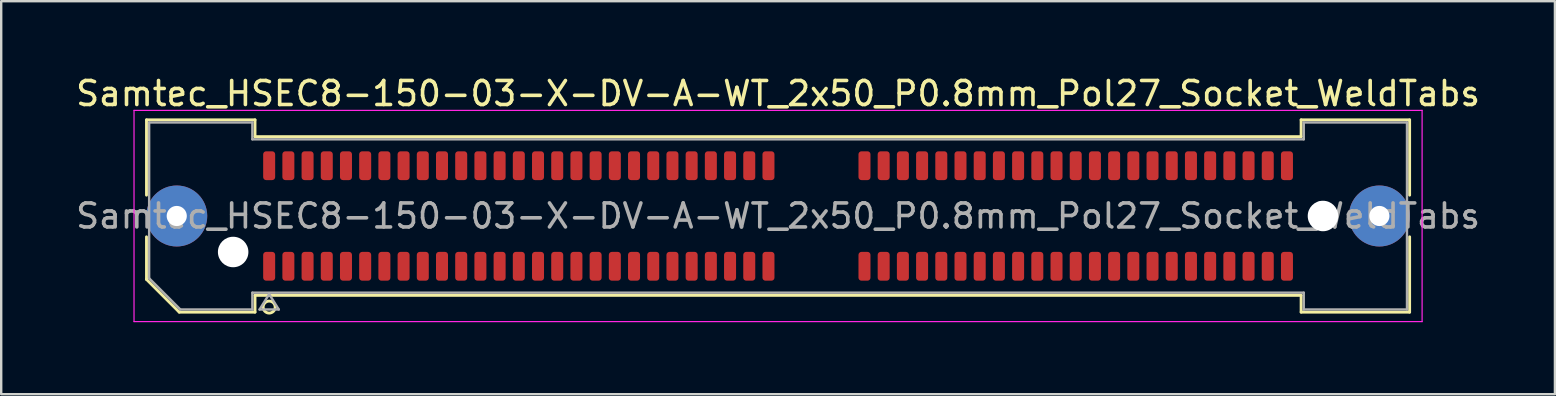
<source format=kicad_pcb>
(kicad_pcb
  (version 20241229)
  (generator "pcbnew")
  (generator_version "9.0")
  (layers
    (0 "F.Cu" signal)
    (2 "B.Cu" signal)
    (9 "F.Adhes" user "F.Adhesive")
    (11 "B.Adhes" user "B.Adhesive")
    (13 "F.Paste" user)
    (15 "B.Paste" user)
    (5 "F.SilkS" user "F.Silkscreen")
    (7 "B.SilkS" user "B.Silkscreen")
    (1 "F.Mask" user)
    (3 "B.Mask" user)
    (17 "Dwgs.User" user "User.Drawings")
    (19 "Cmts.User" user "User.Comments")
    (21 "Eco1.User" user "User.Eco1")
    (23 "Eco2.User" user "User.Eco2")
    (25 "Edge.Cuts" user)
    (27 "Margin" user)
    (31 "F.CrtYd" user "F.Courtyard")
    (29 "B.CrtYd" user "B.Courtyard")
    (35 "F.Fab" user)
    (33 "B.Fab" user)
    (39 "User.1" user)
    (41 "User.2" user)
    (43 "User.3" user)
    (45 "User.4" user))
  (footprint "Samtec_HSEC8-150-03-X-DV-A-WT_2x50_P0.8mm_Pol27_Socket_WeldTabs"
    (layer "F.Cu")
    (at 29.363 5.948)
    (property "Reference" "Samtec_HSEC8-150-03-X-DV-A-WT_2x50_P0.8mm_Pol27_Socket_WeldTabs" (at 0 -5.1 0) (layer "F.SilkS") (effects (font (size 1 1) (thickness 0.15))))
    (attr smd)
    (fp_line (start -26.31 -4.005) (end -21.79 -4.005) (stroke (width 0.12) (type solid)) (layer "F.SilkS"))
    (fp_line (start -26.31 -0.868) (end -26.31 -4.005) (stroke (width 0.12) (type solid)) (layer "F.SilkS"))
    (fp_line (start -26.31 2.641) (end -26.31 0.868) (stroke (width 0.12) (type solid)) (layer "F.SilkS"))
    (fp_line (start -24.946 4.005) (end -26.31 2.641) (stroke (width 0.12) (type solid)) (layer "F.SilkS"))
    (fp_line (start -21.79 -4.005) (end -21.79 -3.305) (stroke (width 0.12) (type solid)) (layer "F.SilkS"))
    (fp_line (start -21.79 -3.305) (end 21.79 -3.305) (stroke (width 0.12) (type solid)) (layer "F.SilkS"))
    (fp_line (start -21.79 3.305) (end -21.79 4.005) (stroke (width 0.12) (type solid)) (layer "F.SilkS"))
    (fp_line (start -21.79 4.005) (end -24.946 4.005) (stroke (width 0.12) (type solid)) (layer "F.SilkS"))
    (fp_line (start 21.79 -4.005) (end 26.31 -4.005) (stroke (width 0.12) (type solid)) (layer "F.SilkS"))
    (fp_line (start 21.79 -3.305) (end 21.79 -4.005) (stroke (width 0.12) (type solid)) (layer "F.SilkS"))
    (fp_line (start 21.79 3.305) (end -21.79 3.305) (stroke (width 0.12) (type solid)) (layer "F.SilkS"))
    (fp_line (start 21.79 4.005) (end 21.79 3.305) (stroke (width 0.12) (type solid)) (layer "F.SilkS"))
    (fp_line (start 26.31 -4.005) (end 26.31 -0.868) (stroke (width 0.12) (type solid)) (layer "F.SilkS"))
    (fp_line (start 26.31 0.868) (end 26.31 4.005) (stroke (width 0.12) (type solid)) (layer "F.SilkS"))
    (fp_line (start 26.31 4.005) (end 21.79 4.005) (stroke (width 0.12) (type solid)) (layer "F.SilkS"))
    (fp_circle (center -21.2 3.795) (end -20.95 3.795) (stroke (width 0.12) (type solid)) (fill no) (layer "F.SilkS"))
    (fp_line (start -26.83 -4.4) (end -26.83 4.4) (stroke (width 0.05) (type solid)) (layer "F.CrtYd"))
    (fp_line (start -26.83 4.4) (end 26.83 4.4) (stroke (width 0.05) (type solid)) (layer "F.CrtYd"))
    (fp_line (start 26.83 -4.4) (end -26.83 -4.4) (stroke (width 0.05) (type solid)) (layer "F.CrtYd"))
    (fp_line (start 26.83 4.4) (end 26.83 -4.4) (stroke (width 0.05) (type solid)) (layer "F.CrtYd"))
    (fp_line (start -26.2 -3.895) (end -21.9 -3.895) (stroke (width 0.1) (type solid)) (layer "F.Fab"))
    (fp_line (start -26.2 2.595) (end -26.2 -3.895) (stroke (width 0.1) (type solid)) (layer "F.Fab"))
    (fp_line (start -24.9 3.895) (end -26.2 2.595) (stroke (width 0.1) (type solid)) (layer "F.Fab"))
    (fp_line (start -21.9 -3.895) (end -21.9 -3.195) (stroke (width 0.1) (type solid)) (layer "F.Fab"))
    (fp_line (start -21.9 -3.195) (end 21.9 -3.195) (stroke (width 0.1) (type solid)) (layer "F.Fab"))
    (fp_line (start -21.9 3.195) (end -21.9 3.895) (stroke (width 0.1) (type solid)) (layer "F.Fab"))
    (fp_line (start -21.9 3.895) (end -24.9 3.895) (stroke (width 0.1) (type solid)) (layer "F.Fab"))
    (fp_line (start -21.6 3.895) (end -21.2 3.255) (stroke (width 0.1) (type solid)) (layer "F.Fab"))
    (fp_line (start -21.2 3.255) (end -20.8 3.895) (stroke (width 0.1) (type solid)) (layer "F.Fab"))
    (fp_line (start -20.8 3.895) (end -21.6 3.895) (stroke (width 0.1) (type solid)) (layer "F.Fab"))
    (fp_line (start 21.9 -3.895) (end 26.2 -3.895) (stroke (width 0.1) (type solid)) (layer "F.Fab"))
    (fp_line (start 21.9 -3.195) (end 21.9 -3.895) (stroke (width 0.1) (type solid)) (layer "F.Fab"))
    (fp_line (start 21.9 3.195) (end -21.9 3.195) (stroke (width 0.1) (type solid)) (layer "F.Fab"))
    (fp_line (start 21.9 3.895) (end 21.9 3.195) (stroke (width 0.1) (type solid)) (layer "F.Fab"))
    (fp_line (start 26.2 -3.895) (end 26.2 3.895) (stroke (width 0.1) (type solid)) (layer "F.Fab"))
    (fp_line (start 26.2 3.895) (end 21.9 3.895) (stroke (width 0.1) (type solid)) (layer "F.Fab"))
    (fp_text user "${REFERENCE}" (at 0 0 0) (layer "F.Fab") (effects (font (size 1 1) (thickness 0.15))))
    (pad "" thru_hole circle (at -25.05 0) (size 2.54 2.54) (drill 0.84) (layers "*.Cu" "*.Mask" "F.Paste"))
    (pad "" np_thru_hole circle (at -22.7 1.5) (size 1.27 1.27) (drill 1.27) (layers "*.Cu" "*.Mask"))
    (pad "" np_thru_hole circle (at 22.7 0) (size 1.27 1.27) (drill 1.27) (layers "*.Cu" "*.Mask"))
    (pad "" thru_hole circle (at 25.05 0) (size 2.54 2.54) (drill 0.84) (layers "*.Cu" "*.Mask" "F.Paste"))
    (pad "1" smd roundrect (at -21.2 2.095) (size 0.5 1.2) (layers "F.Cu" "F.Mask" "F.Paste") (roundrect_rratio 0.25))
    (pad "2" smd roundrect (at -21.2 -2.095) (size 0.5 1.2) (layers "F.Cu" "F.Mask" "F.Paste") (roundrect_rratio 0.25))
    (pad "3" smd roundrect (at -20.4 2.095) (size 0.5 1.2) (layers "F.Cu" "F.Mask" "F.Paste") (roundrect_rratio 0.25))
    (pad "4" smd roundrect (at -20.4 -2.095) (size 0.5 1.2) (layers "F.Cu" "F.Mask" "F.Paste") (roundrect_rratio 0.25))
    (pad "5" smd roundrect (at -19.6 2.095) (size 0.5 1.2) (layers "F.Cu" "F.Mask" "F.Paste") (roundrect_rratio 0.25))
    (pad "6" smd roundrect (at -19.6 -2.095) (size 0.5 1.2) (layers "F.Cu" "F.Mask" "F.Paste") (roundrect_rratio 0.25))
    (pad "7" smd roundrect (at -18.8 2.095) (size 0.5 1.2) (layers "F.Cu" "F.Mask" "F.Paste") (roundrect_rratio 0.25))
    (pad "8" smd roundrect (at -18.8 -2.095) (size 0.5 1.2) (layers "F.Cu" "F.Mask" "F.Paste") (roundrect_rratio 0.25))
    (pad "9" smd roundrect (at -18 2.095) (size 0.5 1.2) (layers "F.Cu" "F.Mask" "F.Paste") (roundrect_rratio 0.25))
    (pad "10" smd roundrect (at -18 -2.095) (size 0.5 1.2) (layers "F.Cu" "F.Mask" "F.Paste") (roundrect_rratio 0.25))
    (pad "11" smd roundrect (at -17.2 2.095) (size 0.5 1.2) (layers "F.Cu" "F.Mask" "F.Paste") (roundrect_rratio 0.25))
    (pad "12" smd roundrect (at -17.2 -2.095) (size 0.5 1.2) (layers "F.Cu" "F.Mask" "F.Paste") (roundrect_rratio 0.25))
    (pad "13" smd roundrect (at -16.4 2.095) (size 0.5 1.2) (layers "F.Cu" "F.Mask" "F.Paste") (roundrect_rratio 0.25))
    (pad "14" smd roundrect (at -16.4 -2.095) (size 0.5 1.2) (layers "F.Cu" "F.Mask" "F.Paste") (roundrect_rratio 0.25))
    (pad "15" smd roundrect (at -15.6 2.095) (size 0.5 1.2) (layers "F.Cu" "F.Mask" "F.Paste") (roundrect_rratio 0.25))
    (pad "16" smd roundrect (at -15.6 -2.095) (size 0.5 1.2) (layers "F.Cu" "F.Mask" "F.Paste") (roundrect_rratio 0.25))
    (pad "17" smd roundrect (at -14.8 2.095) (size 0.5 1.2) (layers "F.Cu" "F.Mask" "F.Paste") (roundrect_rratio 0.25))
    (pad "18" smd roundrect (at -14.8 -2.095) (size 0.5 1.2) (layers "F.Cu" "F.Mask" "F.Paste") (roundrect_rratio 0.25))
    (pad "19" smd roundrect (at -14 2.095) (size 0.5 1.2) (layers "F.Cu" "F.Mask" "F.Paste") (roundrect_rratio 0.25))
    (pad "20" smd roundrect (at -14 -2.095) (size 0.5 1.2) (layers "F.Cu" "F.Mask" "F.Paste") (roundrect_rratio 0.25))
    (pad "21" smd roundrect (at -13.2 2.095) (size 0.5 1.2) (layers "F.Cu" "F.Mask" "F.Paste") (roundrect_rratio 0.25))
    (pad "22" smd roundrect (at -13.2 -2.095) (size 0.5 1.2) (layers "F.Cu" "F.Mask" "F.Paste") (roundrect_rratio 0.25))
    (pad "23" smd roundrect (at -12.4 2.095) (size 0.5 1.2) (layers "F.Cu" "F.Mask" "F.Paste") (roundrect_rratio 0.25))
    (pad "24" smd roundrect (at -12.4 -2.095) (size 0.5 1.2) (layers "F.Cu" "F.Mask" "F.Paste") (roundrect_rratio 0.25))
    (pad "25" smd roundrect (at -11.6 2.095) (size 0.5 1.2) (layers "F.Cu" "F.Mask" "F.Paste") (roundrect_rratio 0.25))
    (pad "26" smd roundrect (at -11.6 -2.095) (size 0.5 1.2) (layers "F.Cu" "F.Mask" "F.Paste") (roundrect_rratio 0.25))
    (pad "27" smd roundrect (at -10.8 2.095) (size 0.5 1.2) (layers "F.Cu" "F.Mask" "F.Paste") (roundrect_rratio 0.25))
    (pad "28" smd roundrect (at -10.8 -2.095) (size 0.5 1.2) (layers "F.Cu" "F.Mask" "F.Paste") (roundrect_rratio 0.25))
    (pad "29" smd roundrect (at -10 2.095) (size 0.5 1.2) (layers "F.Cu" "F.Mask" "F.Paste") (roundrect_rratio 0.25))
    (pad "30" smd roundrect (at -10 -2.095) (size 0.5 1.2) (layers "F.Cu" "F.Mask" "F.Paste") (roundrect_rratio 0.25))
    (pad "31" smd roundrect (at -9.2 2.095) (size 0.5 1.2) (layers "F.Cu" "F.Mask" "F.Paste") (roundrect_rratio 0.25))
    (pad "32" smd roundrect (at -9.2 -2.095) (size 0.5 1.2) (layers "F.Cu" "F.Mask" "F.Paste") (roundrect_rratio 0.25))
    (pad "33" smd roundrect (at -8.4 2.095) (size 0.5 1.2) (layers "F.Cu" "F.Mask" "F.Paste") (roundrect_rratio 0.25))
    (pad "34" smd roundrect (at -8.4 -2.095) (size 0.5 1.2) (layers "F.Cu" "F.Mask" "F.Paste") (roundrect_rratio 0.25))
    (pad "35" smd roundrect (at -7.6 2.095) (size 0.5 1.2) (layers "F.Cu" "F.Mask" "F.Paste") (roundrect_rratio 0.25))
    (pad "36" smd roundrect (at -7.6 -2.095) (size 0.5 1.2) (layers "F.Cu" "F.Mask" "F.Paste") (roundrect_rratio 0.25))
    (pad "37" smd roundrect (at -6.8 2.095) (size 0.5 1.2) (layers "F.Cu" "F.Mask" "F.Paste") (roundrect_rratio 0.25))
    (pad "38" smd roundrect (at -6.8 -2.095) (size 0.5 1.2) (layers "F.Cu" "F.Mask" "F.Paste") (roundrect_rratio 0.25))
    (pad "39" smd roundrect (at -6 2.095) (size 0.5 1.2) (layers "F.Cu" "F.Mask" "F.Paste") (roundrect_rratio 0.25))
    (pad "40" smd roundrect (at -6 -2.095) (size 0.5 1.2) (layers "F.Cu" "F.Mask" "F.Paste") (roundrect_rratio 0.25))
    (pad "41" smd roundrect (at -5.2 2.095) (size 0.5 1.2) (layers "F.Cu" "F.Mask" "F.Paste") (roundrect_rratio 0.25))
    (pad "42" smd roundrect (at -5.2 -2.095) (size 0.5 1.2) (layers "F.Cu" "F.Mask" "F.Paste") (roundrect_rratio 0.25))
    (pad "43" smd roundrect (at -4.4 2.095) (size 0.5 1.2) (layers "F.Cu" "F.Mask" "F.Paste") (roundrect_rratio 0.25))
    (pad "44" smd roundrect (at -4.4 -2.095) (size 0.5 1.2) (layers "F.Cu" "F.Mask" "F.Paste") (roundrect_rratio 0.25))
    (pad "45" smd roundrect (at -3.6 2.095) (size 0.5 1.2) (layers "F.Cu" "F.Mask" "F.Paste") (roundrect_rratio 0.25))
    (pad "46" smd roundrect (at -3.6 -2.095) (size 0.5 1.2) (layers "F.Cu" "F.Mask" "F.Paste") (roundrect_rratio 0.25))
    (pad "47" smd roundrect (at -2.8 2.095) (size 0.5 1.2) (layers "F.Cu" "F.Mask" "F.Paste") (roundrect_rratio 0.25))
    (pad "48" smd roundrect (at -2.8 -2.095) (size 0.5 1.2) (layers "F.Cu" "F.Mask" "F.Paste") (roundrect_rratio 0.25))
    (pad "49" smd roundrect (at -2 2.095) (size 0.5 1.2) (layers "F.Cu" "F.Mask" "F.Paste") (roundrect_rratio 0.25))
    (pad "50" smd roundrect (at -2 -2.095) (size 0.5 1.2) (layers "F.Cu" "F.Mask" "F.Paste") (roundrect_rratio 0.25))
    (pad "51" smd roundrect (at -1.2 2.095) (size 0.5 1.2) (layers "F.Cu" "F.Mask" "F.Paste") (roundrect_rratio 0.25))
    (pad "52" smd roundrect (at -1.2 -2.095) (size 0.5 1.2) (layers "F.Cu" "F.Mask" "F.Paste") (roundrect_rratio 0.25))
    (pad "53" smd roundrect (at -0.4 2.095) (size 0.5 1.2) (layers "F.Cu" "F.Mask" "F.Paste") (roundrect_rratio 0.25))
    (pad "54" smd roundrect (at -0.4 -2.095) (size 0.5 1.2) (layers "F.Cu" "F.Mask" "F.Paste") (roundrect_rratio 0.25))
    (pad "55" smd roundrect (at 3.6 2.095) (size 0.5 1.2) (layers "F.Cu" "F.Mask" "F.Paste") (roundrect_rratio 0.25))
    (pad "56" smd roundrect (at 3.6 -2.095) (size 0.5 1.2) (layers "F.Cu" "F.Mask" "F.Paste") (roundrect_rratio 0.25))
    (pad "57" smd roundrect (at 4.4 2.095) (size 0.5 1.2) (layers "F.Cu" "F.Mask" "F.Paste") (roundrect_rratio 0.25))
    (pad "58" smd roundrect (at 4.4 -2.095) (size 0.5 1.2) (layers "F.Cu" "F.Mask" "F.Paste") (roundrect_rratio 0.25))
    (pad "59" smd roundrect (at 5.2 2.095) (size 0.5 1.2) (layers "F.Cu" "F.Mask" "F.Paste") (roundrect_rratio 0.25))
    (pad "60" smd roundrect (at 5.2 -2.095) (size 0.5 1.2) (layers "F.Cu" "F.Mask" "F.Paste") (roundrect_rratio 0.25))
    (pad "61" smd roundrect (at 6 2.095) (size 0.5 1.2) (layers "F.Cu" "F.Mask" "F.Paste") (roundrect_rratio 0.25))
    (pad "62" smd roundrect (at 6 -2.095) (size 0.5 1.2) (layers "F.Cu" "F.Mask" "F.Paste") (roundrect_rratio 0.25))
    (pad "63" smd roundrect (at 6.8 2.095) (size 0.5 1.2) (layers "F.Cu" "F.Mask" "F.Paste") (roundrect_rratio 0.25))
    (pad "64" smd roundrect (at 6.8 -2.095) (size 0.5 1.2) (layers "F.Cu" "F.Mask" "F.Paste") (roundrect_rratio 0.25))
    (pad "65" smd roundrect (at 7.6 2.095) (size 0.5 1.2) (layers "F.Cu" "F.Mask" "F.Paste") (roundrect_rratio 0.25))
    (pad "66" smd roundrect (at 7.6 -2.095) (size 0.5 1.2) (layers "F.Cu" "F.Mask" "F.Paste") (roundrect_rratio 0.25))
    (pad "67" smd roundrect (at 8.4 2.095) (size 0.5 1.2) (layers "F.Cu" "F.Mask" "F.Paste") (roundrect_rratio 0.25))
    (pad "68" smd roundrect (at 8.4 -2.095) (size 0.5 1.2) (layers "F.Cu" "F.Mask" "F.Paste") (roundrect_rratio 0.25))
    (pad "69" smd roundrect (at 9.2 2.095) (size 0.5 1.2) (layers "F.Cu" "F.Mask" "F.Paste") (roundrect_rratio 0.25))
    (pad "70" smd roundrect (at 9.2 -2.095) (size 0.5 1.2) (layers "F.Cu" "F.Mask" "F.Paste") (roundrect_rratio 0.25))
    (pad "71" smd roundrect (at 10 2.095) (size 0.5 1.2) (layers "F.Cu" "F.Mask" "F.Paste") (roundrect_rratio 0.25))
    (pad "72" smd roundrect (at 10 -2.095) (size 0.5 1.2) (layers "F.Cu" "F.Mask" "F.Paste") (roundrect_rratio 0.25))
    (pad "73" smd roundrect (at 10.8 2.095) (size 0.5 1.2) (layers "F.Cu" "F.Mask" "F.Paste") (roundrect_rratio 0.25))
    (pad "74" smd roundrect (at 10.8 -2.095) (size 0.5 1.2) (layers "F.Cu" "F.Mask" "F.Paste") (roundrect_rratio 0.25))
    (pad "75" smd roundrect (at 11.6 2.095) (size 0.5 1.2) (layers "F.Cu" "F.Mask" "F.Paste") (roundrect_rratio 0.25))
    (pad "76" smd roundrect (at 11.6 -2.095) (size 0.5 1.2) (layers "F.Cu" "F.Mask" "F.Paste") (roundrect_rratio 0.25))
    (pad "77" smd roundrect (at 12.4 2.095) (size 0.5 1.2) (layers "F.Cu" "F.Mask" "F.Paste") (roundrect_rratio 0.25))
    (pad "78" smd roundrect (at 12.4 -2.095) (size 0.5 1.2) (layers "F.Cu" "F.Mask" "F.Paste") (roundrect_rratio 0.25))
    (pad "79" smd roundrect (at 13.2 2.095) (size 0.5 1.2) (layers "F.Cu" "F.Mask" "F.Paste") (roundrect_rratio 0.25))
    (pad "80" smd roundrect (at 13.2 -2.095) (size 0.5 1.2) (layers "F.Cu" "F.Mask" "F.Paste") (roundrect_rratio 0.25))
    (pad "81" smd roundrect (at 14 2.095) (size 0.5 1.2) (layers "F.Cu" "F.Mask" "F.Paste") (roundrect_rratio 0.25))
    (pad "82" smd roundrect (at 14 -2.095) (size 0.5 1.2) (layers "F.Cu" "F.Mask" "F.Paste") (roundrect_rratio 0.25))
    (pad "83" smd roundrect (at 14.8 2.095) (size 0.5 1.2) (layers "F.Cu" "F.Mask" "F.Paste") (roundrect_rratio 0.25))
    (pad "84" smd roundrect (at 14.8 -2.095) (size 0.5 1.2) (layers "F.Cu" "F.Mask" "F.Paste") (roundrect_rratio 0.25))
    (pad "85" smd roundrect (at 15.6 2.095) (size 0.5 1.2) (layers "F.Cu" "F.Mask" "F.Paste") (roundrect_rratio 0.25))
    (pad "86" smd roundrect (at 15.6 -2.095) (size 0.5 1.2) (layers "F.Cu" "F.Mask" "F.Paste") (roundrect_rratio 0.25))
    (pad "87" smd roundrect (at 16.4 2.095) (size 0.5 1.2) (layers "F.Cu" "F.Mask" "F.Paste") (roundrect_rratio 0.25))
    (pad "88" smd roundrect (at 16.4 -2.095) (size 0.5 1.2) (layers "F.Cu" "F.Mask" "F.Paste") (roundrect_rratio 0.25))
    (pad "89" smd roundrect (at 17.2 2.095) (size 0.5 1.2) (layers "F.Cu" "F.Mask" "F.Paste") (roundrect_rratio 0.25))
    (pad "90" smd roundrect (at 17.2 -2.095) (size 0.5 1.2) (layers "F.Cu" "F.Mask" "F.Paste") (roundrect_rratio 0.25))
    (pad "91" smd roundrect (at 18 2.095) (size 0.5 1.2) (layers "F.Cu" "F.Mask" "F.Paste") (roundrect_rratio 0.25))
    (pad "92" smd roundrect (at 18 -2.095) (size 0.5 1.2) (layers "F.Cu" "F.Mask" "F.Paste") (roundrect_rratio 0.25))
    (pad "93" smd roundrect (at 18.8 2.095) (size 0.5 1.2) (layers "F.Cu" "F.Mask" "F.Paste") (roundrect_rratio 0.25))
    (pad "94" smd roundrect (at 18.8 -2.095) (size 0.5 1.2) (layers "F.Cu" "F.Mask" "F.Paste") (roundrect_rratio 0.25))
    (pad "95" smd roundrect (at 19.6 2.095) (size 0.5 1.2) (layers "F.Cu" "F.Mask" "F.Paste") (roundrect_rratio 0.25))
    (pad "96" smd roundrect (at 19.6 -2.095) (size 0.5 1.2) (layers "F.Cu" "F.Mask" "F.Paste") (roundrect_rratio 0.25))
    (pad "97" smd roundrect (at 20.4 2.095) (size 0.5 1.2) (layers "F.Cu" "F.Mask" "F.Paste") (roundrect_rratio 0.25))
    (pad "98" smd roundrect (at 20.4 -2.095) (size 0.5 1.2) (layers "F.Cu" "F.Mask" "F.Paste") (roundrect_rratio 0.25))
    (pad "99" smd roundrect (at 21.2 2.095) (size 0.5 1.2) (layers "F.Cu" "F.Mask" "F.Paste") (roundrect_rratio 0.25))
    (pad "100" smd roundrect (at 21.2 -2.095) (size 0.5 1.2) (layers "F.Cu" "F.Mask" "F.Paste") (roundrect_rratio 0.25)))
  (gr_rect
    (start -3 -3)
    (end 61.726 13.373)
    (stroke (width 0.1) (type default))
    (fill no)
    (layer "Edge.Cuts")))
</source>
